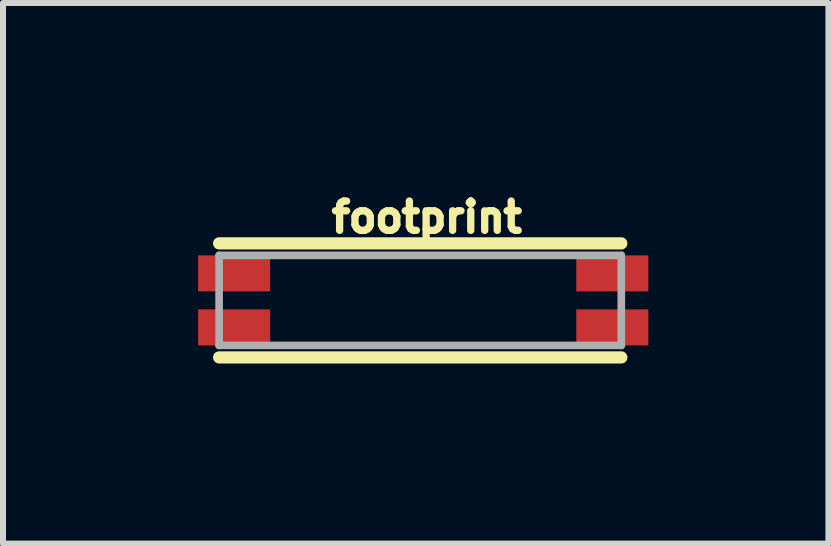
<source format=kicad_pcb>
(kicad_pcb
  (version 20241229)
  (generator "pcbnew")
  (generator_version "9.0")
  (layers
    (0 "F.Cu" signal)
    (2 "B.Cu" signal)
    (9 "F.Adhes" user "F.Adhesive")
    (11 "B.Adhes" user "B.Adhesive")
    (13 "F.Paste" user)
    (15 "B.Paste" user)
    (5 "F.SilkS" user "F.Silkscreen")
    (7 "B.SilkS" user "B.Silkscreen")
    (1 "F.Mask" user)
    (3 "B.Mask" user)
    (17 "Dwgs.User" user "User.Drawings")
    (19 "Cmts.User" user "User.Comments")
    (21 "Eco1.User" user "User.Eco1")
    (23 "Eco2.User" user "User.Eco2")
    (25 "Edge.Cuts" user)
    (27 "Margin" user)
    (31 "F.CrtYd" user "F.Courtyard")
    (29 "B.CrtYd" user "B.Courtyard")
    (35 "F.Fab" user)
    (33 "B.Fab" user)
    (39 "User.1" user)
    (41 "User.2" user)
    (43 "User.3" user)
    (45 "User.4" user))
  (footprint "footprint"
    (layer "F.Cu")
    (at 0.25 2.704)
    (property "Reference" "footprint" (at 3.81 -1.851 0) (layer "F.SilkS") (effects (font (size 0.488 0.488) (thickness 0.122)) (justify bottom)))
    (fp_line (start 0.35 -1.7) (end 7.05 -1.7) (stroke (width 0.203) (type solid)) (layer "F.SilkS"))
    (fp_line (start 7.05 0.2) (end 0.35 0.2) (stroke (width 0.203) (type solid)) (layer "F.SilkS"))
    (fp_line (start 0.35 -1.5) (end 0.35 0) (stroke (width 0.127) (type solid)) (layer "F.Fab"))
    (fp_line (start 0.35 0) (end 7.05 0) (stroke (width 0.127) (type solid)) (layer "F.Fab"))
    (fp_line (start 7.05 -1.5) (end 0.35 -1.5) (stroke (width 0.127) (type solid)) (layer "F.Fab"))
    (fp_line (start 7.05 0) (end 7.05 -1.5) (stroke (width 0.127) (type solid)) (layer "F.Fab"))
    (pad "NC1" smd rect (at 6.9 -1.2) (size 1.2 0.6) (layers "F.Cu" "F.Mask" "F.Paste"))
    (pad "NC2" smd rect (at 6.9 -0.3) (size 1.2 0.6) (layers "F.Cu" "F.Mask" "F.Paste"))
    (pad "P$1" smd rect (at 0.6 -0.3) (size 1.2 0.6) (layers "F.Cu" "F.Mask" "F.Paste"))
    (pad "P$2" smd rect (at 0.6 -1.2) (size 1.2 0.6) (layers "F.Cu" "F.Mask" "F.Paste")))
  (gr_rect
    (start -3 -3)
    (end 10.75 6.006)
    (stroke (width 0.1) (type default))
    (fill no)
    (layer "Edge.Cuts")))
</source>
